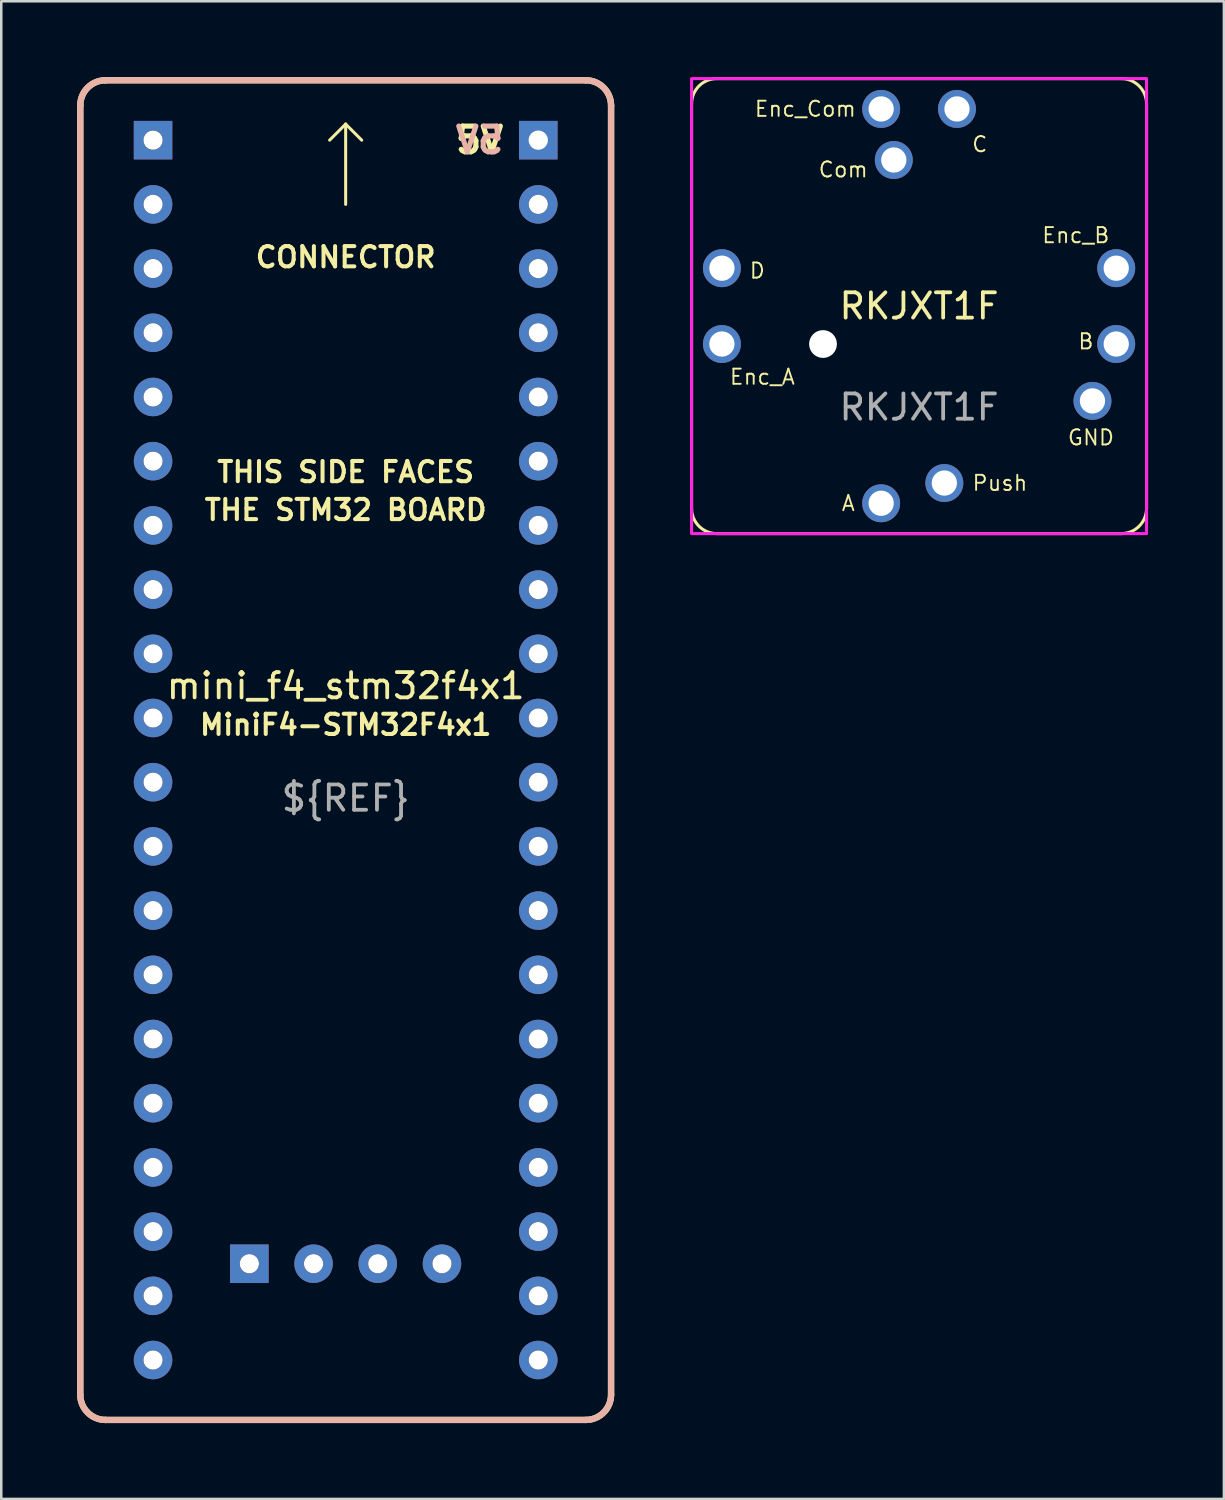
<source format=kicad_pcb>
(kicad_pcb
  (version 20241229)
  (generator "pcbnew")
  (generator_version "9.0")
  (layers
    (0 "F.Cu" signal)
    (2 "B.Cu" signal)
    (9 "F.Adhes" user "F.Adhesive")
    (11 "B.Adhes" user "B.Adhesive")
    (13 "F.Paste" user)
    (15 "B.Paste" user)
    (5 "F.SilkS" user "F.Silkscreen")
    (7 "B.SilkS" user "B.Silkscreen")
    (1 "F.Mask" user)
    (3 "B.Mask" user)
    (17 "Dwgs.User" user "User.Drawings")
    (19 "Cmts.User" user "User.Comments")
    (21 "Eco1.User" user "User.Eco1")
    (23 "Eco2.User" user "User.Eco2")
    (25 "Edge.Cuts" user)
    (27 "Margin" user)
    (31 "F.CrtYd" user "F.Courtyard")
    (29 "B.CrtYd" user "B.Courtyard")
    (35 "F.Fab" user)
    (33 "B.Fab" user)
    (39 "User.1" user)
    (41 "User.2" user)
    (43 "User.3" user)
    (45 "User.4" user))
  (footprint "RKJXT1F"
    (layer "F.Cu")
    (at 33.31 9.06)
    (property "Reference" "RKJXT1F" (at 0 0 0) (unlocked yes) (layer "F.SilkS") (effects (font (size 1 1) (thickness 0.15))))
    (attr through_hole)
    (fp_line (start -9 -8) (end -9 8) (stroke (width 0.12) (type solid)) (layer "F.SilkS"))
    (fp_line (start -8 9) (end 8 9) (stroke (width 0.12) (type solid)) (layer "F.SilkS"))
    (fp_line (start 8 -9) (end -8 -9) (stroke (width 0.12) (type solid)) (layer "F.SilkS"))
    (fp_line (start 9 8) (end 9 -8) (stroke (width 0.12) (type solid)) (layer "F.SilkS"))
    (fp_arc (start -9 -8) (mid -8.707107 -8.707107) (end -8 -9) (stroke (width 0.12) (type solid)) (layer "F.SilkS"))
    (fp_arc (start -8 9) (mid -8.707107 8.707107) (end -9 8) (stroke (width 0.12) (type solid)) (layer "F.SilkS"))
    (fp_arc (start 8 -9) (mid 8.707107 -8.707107) (end 9 -8) (stroke (width 0.12) (type solid)) (layer "F.SilkS"))
    (fp_arc (start 9 8) (mid 8.707107 8.707107) (end 8 9) (stroke (width 0.12) (type solid)) (layer "F.SilkS"))
    (fp_rect (start -9 -9) (end 9 9) (stroke (width 0.12) (type solid)) (fill no) (layer "F.CrtYd"))
    (fp_text user "B" (at 6.6 1.4 0) (unlocked yes) (layer "F.SilkS") (effects (font (size 0.6 0.6) (thickness 0.075))))
    (fp_text user "Com" (at -3 -5.4 0) (unlocked yes) (layer "F.SilkS") (effects (font (size 0.6 0.6) (thickness 0.075))))
    (fp_text user "GND" (at 6.8 5.2 0) (unlocked yes) (layer "F.SilkS") (effects (font (size 0.6 0.6) (thickness 0.075))))
    (fp_text user "Enc_Com" (at -4.5 -7.8 0) (unlocked yes) (layer "F.SilkS") (effects (font (size 0.6 0.6) (thickness 0.075))))
    (fp_text user "C" (at 2.4 -6.4 0) (unlocked yes) (layer "F.SilkS") (effects (font (size 0.6 0.6) (thickness 0.075))))
    (fp_text user "D" (at -6.4 -1.4 0) (unlocked yes) (layer "F.SilkS") (effects (font (size 0.6 0.6) (thickness 0.075))))
    (fp_text user "Push" (at 3.2 7 0) (unlocked yes) (layer "F.SilkS") (effects (font (size 0.6 0.6) (thickness 0.075))))
    (fp_text user "A" (at -2.8 7.8 0) (unlocked yes) (layer "F.SilkS") (effects (font (size 0.6 0.6) (thickness 0.075))))
    (fp_text user "Enc_A" (at -6.2 2.8 0) (unlocked yes) (layer "F.SilkS") (effects (font (size 0.6 0.6) (thickness 0.075))))
    (fp_text user "Enc_B" (at 6.2 -2.8 0) (unlocked yes) (layer "F.SilkS") (effects (font (size 0.6 0.6) (thickness 0.075))))
    (fp_text user "${REFERENCE}" (at 0 4 0) (unlocked yes) (layer "F.Fab") (effects (font (size 1 1) (thickness 0.15))))
    (pad "" np_thru_hole circle (at -3.8 1.5) (size 1.1 1.1) (drill 1.1) (layers "*.Cu" "*.Mask"))
    (pad "1" thru_hole circle (at -1.5 7.8) (size 1.5 1.5) (drill 1) (layers "*.Cu" "*.Mask"))
    (pad "2" thru_hole circle (at 7.8 1.5) (size 1.5 1.5) (drill 1) (layers "*.Cu" "*.Mask"))
    (pad "3" thru_hole circle (at -1 -5.78) (size 1.5 1.5) (drill 1) (layers "*.Cu" "*.Mask"))
    (pad "4" thru_hole circle (at 1.5 -7.8) (size 1.5 1.5) (drill 1) (layers "*.Cu" "*.Mask"))
    (pad "5" thru_hole circle (at -7.8 -1.5) (size 1.5 1.5) (drill 1) (layers "*.Cu" "*.Mask"))
    (pad "6" thru_hole circle (at 6.86 3.75) (size 1.5 1.5) (drill 1) (layers "*.Cu" "*.Mask"))
    (pad "7" thru_hole circle (at 7.8 -1.5) (size 1.5 1.5) (drill 1) (layers "*.Cu" "*.Mask"))
    (pad "8" thru_hole circle (at -1.5 -7.8) (size 1.5 1.5) (drill 1) (layers "*.Cu" "*.Mask"))
    (pad "9" thru_hole circle (at -7.8 1.5) (size 1.5 1.5) (drill 1) (layers "*.Cu" "*.Mask"))
    (pad "10" thru_hole circle (at 1 7) (size 1.5 1.5) (drill 1) (layers "*.Cu" "*.Mask")))
  (footprint "mini_f4_stm32f4x1"
    (layer "F.Cu")
    (at 10.625 26.625)
    (property "Reference" "mini_f4_stm32f4x1" (at 0 -2.54 0) (unlocked yes) (layer "F.SilkS") (effects (font (size 1 1) (thickness 0.15))))
    (fp_line (start -10.5 25.5) (end -10.5 -25.5) (stroke (width 0.25) (type solid)) (layer "F.SilkS"))
    (fp_line (start -9.5 -26.5) (end 9.5 -26.5) (stroke (width 0.25) (type solid)) (layer "F.SilkS"))
    (fp_line (start 0 -24.765) (end -0.635 -24.13) (stroke (width 0.12) (type solid)) (layer "F.SilkS"))
    (fp_line (start 0 -24.765) (end 0.635 -24.13) (stroke (width 0.12) (type solid)) (layer "F.SilkS"))
    (fp_line (start 0 -21.59) (end 0 -24.765) (stroke (width 0.12) (type solid)) (layer "F.SilkS"))
    (fp_line (start 9.5 26.5) (end -9.5 26.5) (stroke (width 0.25) (type solid)) (layer "F.SilkS"))
    (fp_line (start 10.5 -25.5) (end 10.5 25.5) (stroke (width 0.25) (type solid)) (layer "F.SilkS"))
    (fp_arc (start -10.500003 -25.500003) (mid -10.207108 -26.207109) (end -9.5 -26.5) (stroke (width 0.25) (type solid)) (layer "F.SilkS"))
    (fp_arc (start -9.500003 26.499997) (mid -10.207109 26.207102) (end -10.5 25.499994) (stroke (width 0.25) (type solid)) (layer "F.SilkS"))
    (fp_arc (start 9.500003 -26.5) (mid 10.207109 -26.207105) (end 10.5 -25.499997) (stroke (width 0.25) (type solid)) (layer "F.SilkS"))
    (fp_arc (start 10.500003 25.500003) (mid 10.207108 26.207109) (end 9.5 26.5) (stroke (width 0.25) (type solid)) (layer "F.SilkS"))
    (fp_line (start -10.5 25.5) (end -10.5 -25.5) (stroke (width 0.25) (type solid)) (layer "B.SilkS"))
    (fp_line (start -9.5 -26.5) (end 9.5 -26.5) (stroke (width 0.25) (type solid)) (layer "B.SilkS"))
    (fp_line (start 9.5 26.5) (end -9.5 26.5) (stroke (width 0.25) (type solid)) (layer "B.SilkS"))
    (fp_line (start 10.5 -25.5) (end 10.5 25.5) (stroke (width 0.25) (type solid)) (layer "B.SilkS"))
    (fp_arc (start -10.500003 -25.500003) (mid -10.207108 -26.207109) (end -9.5 -26.5) (stroke (width 0.25) (type solid)) (layer "B.SilkS"))
    (fp_arc (start -9.500003 26.499997) (mid -10.207109 26.207102) (end -10.5 25.499994) (stroke (width 0.25) (type solid)) (layer "B.SilkS"))
    (fp_arc (start 9.500003 -26.5) (mid 10.207109 -26.207105) (end 10.5 -25.499997) (stroke (width 0.25) (type solid)) (layer "B.SilkS"))
    (fp_arc (start 10.500003 25.500003) (mid 10.207108 26.207109) (end 9.5 26.5) (stroke (width 0.25) (type solid)) (layer "B.SilkS"))
    (fp_text user "THE STM32 BOARD" (at 0 -9.5 0) (unlocked yes) (layer "F.SilkS") (effects (font (size 0.8 0.8) (thickness 0.16))))
    (fp_text user "CONNECTOR" (at 0 -19.5 0) (unlocked yes) (layer "F.SilkS") (effects (font (size 0.8 0.8) (thickness 0.16))))
    (fp_text user "THIS SIDE FACES" (at 0 -11 0) (unlocked yes) (layer "F.SilkS") (effects (font (size 0.8 0.8) (thickness 0.16))))
    (fp_text user "5V" (at 6.35 -24.13 0) (unlocked yes) (layer "F.SilkS") (effects (font (size 1.016 1.016) (thickness 0.203)) (justify right)))
    (fp_text user "MiniF4-STM32F4x1" (at 0 -1 0) (unlocked yes) (layer "F.SilkS") (effects (font (size 0.8 0.8) (thickness 0.16))))
    (fp_text user "5V" (at 6.35 -24.13 0) (unlocked yes) (layer "B.SilkS") (effects (font (size 1.016 1.016) (thickness 0.203)) (justify left mirror)))
    (fp_text user "${REF}" (at 0 1.905 0) (unlocked yes) (layer "F.Fab") (effects (font (size 1 1) (thickness 0.15))))
    (pad "" np_thru_hole circle (at -7.62 -24.13) (size 0.762 0.762) (drill 0.762) (layers "F.Mask"))
    (pad "" np_thru_hole circle (at -7.62 -21.59) (size 0.762 0.762) (drill 0.762) (layers "F.Mask"))
    (pad "" np_thru_hole circle (at -7.62 -19.05) (size 0.762 0.762) (drill 0.762) (layers "F.Mask"))
    (pad "" np_thru_hole circle (at -7.62 -16.51) (size 0.762 0.762) (drill 0.762) (layers "F.Mask"))
    (pad "" np_thru_hole circle (at -7.62 -13.97) (size 0.762 0.762) (drill 0.762) (layers "F.Mask"))
    (pad "" np_thru_hole circle (at -7.62 -11.43) (size 0.762 0.762) (drill 0.762) (layers "F.Mask"))
    (pad "" np_thru_hole circle (at -7.62 -8.89) (size 0.762 0.762) (drill 0.762) (layers "F.Mask"))
    (pad "" np_thru_hole circle (at -7.62 -6.35) (size 0.762 0.762) (drill 0.762) (layers "F.Mask"))
    (pad "" np_thru_hole circle (at -7.62 -3.81) (size 0.762 0.762) (drill 0.762) (layers "F.Mask"))
    (pad "" np_thru_hole circle (at -7.62 -1.27) (size 0.762 0.762) (drill 0.762) (layers "F.Mask"))
    (pad "" np_thru_hole circle (at -7.62 1.27) (size 0.762 0.762) (drill 0.762) (layers "F.Mask"))
    (pad "" np_thru_hole circle (at -7.62 3.81) (size 0.762 0.762) (drill 0.762) (layers "F.Mask"))
    (pad "" np_thru_hole circle (at -7.62 6.35) (size 0.762 0.762) (drill 0.762) (layers "F.Mask"))
    (pad "" np_thru_hole circle (at -7.62 8.89) (size 0.762 0.762) (drill 0.762) (layers "F.Mask"))
    (pad "" np_thru_hole circle (at -7.62 11.43) (size 0.762 0.762) (drill 0.762) (layers "F.Mask"))
    (pad "" np_thru_hole circle (at -7.62 13.97) (size 0.762 0.762) (drill 0.762) (layers "F.Mask"))
    (pad "" np_thru_hole circle (at -7.62 16.51) (size 0.762 0.762) (drill 0.762) (layers "F.Mask"))
    (pad "" np_thru_hole circle (at -7.62 19.05) (size 0.762 0.762) (drill 0.762) (layers "F.Mask"))
    (pad "" np_thru_hole circle (at -7.62 21.59) (size 0.762 0.762) (drill 0.762) (layers "F.Mask"))
    (pad "" np_thru_hole circle (at -7.62 24.13 90) (size 0.762 0.762) (drill 0.762) (layers "F.Mask"))
    (pad "" np_thru_hole circle (at -3.81 20.32) (size 0.762 0.762) (drill 0.762) (layers "F.Mask"))
    (pad "" np_thru_hole circle (at -1.27 20.32) (size 0.762 0.762) (drill 0.762) (layers "F.Mask"))
    (pad "" np_thru_hole circle (at 1.27 20.32) (size 0.762 0.762) (drill 0.762) (layers "F.Mask"))
    (pad "" np_thru_hole circle (at 3.81 20.32) (size 0.762 0.762) (drill 0.762) (layers "F.Mask"))
    (pad "" np_thru_hole circle (at 7.62 -21.59) (size 0.762 0.762) (drill 0.762) (layers "F.Mask"))
    (pad "" np_thru_hole circle (at 7.62 -19.05) (size 0.762 0.762) (drill 0.762) (layers "F.Mask"))
    (pad "" np_thru_hole circle (at 7.62 -16.51) (size 0.762 0.762) (drill 0.762) (layers "F.Mask"))
    (pad "" np_thru_hole circle (at 7.62 -13.97) (size 0.762 0.762) (drill 0.762) (layers "F.Mask"))
    (pad "" np_thru_hole circle (at 7.62 -11.43) (size 0.762 0.762) (drill 0.762) (layers "F.Mask"))
    (pad "" np_thru_hole circle (at 7.62 -8.89) (size 0.762 0.762) (drill 0.762) (layers "F.Mask"))
    (pad "" np_thru_hole circle (at 7.62 -6.35) (size 0.762 0.762) (drill 0.762) (layers "F.Mask"))
    (pad "" np_thru_hole circle (at 7.62 -3.81) (size 0.762 0.762) (drill 0.762) (layers "F.Mask"))
    (pad "" np_thru_hole circle (at 7.62 -1.27) (size 0.762 0.762) (drill 0.762) (layers "F.Mask"))
    (pad "" np_thru_hole circle (at 7.62 1.27) (size 0.762 0.762) (drill 0.762) (layers "F.Mask"))
    (pad "" np_thru_hole circle (at 7.62 3.81) (size 0.762 0.762) (drill 0.762) (layers "F.Mask"))
    (pad "" np_thru_hole circle (at 7.62 6.35) (size 0.762 0.762) (drill 0.762) (layers "F.Mask"))
    (pad "" np_thru_hole circle (at 7.62 8.89) (size 0.762 0.762) (drill 0.762) (layers "F.Mask"))
    (pad "" np_thru_hole circle (at 7.62 11.43) (size 0.762 0.762) (drill 0.762) (layers "F.Mask"))
    (pad "" np_thru_hole circle (at 7.62 13.97) (size 0.762 0.762) (drill 0.762) (layers "F.Mask"))
    (pad "" np_thru_hole circle (at 7.62 16.51) (size 0.762 0.762) (drill 0.762) (layers "F.Mask"))
    (pad "" np_thru_hole circle (at 7.62 19.05) (size 0.762 0.762) (drill 0.762) (layers "F.Mask"))
    (pad "" np_thru_hole circle (at 7.62 21.59) (size 0.762 0.762) (drill 0.762) (layers "F.Mask"))
    (pad "" np_thru_hole circle (at 7.62 24.13) (size 0.762 0.762) (drill 0.762) (layers "F.Mask"))
    (pad "1" thru_hole rect (at -7.62 -24.13) (size 1.524 1.524) (drill 0.762) (layers "*.Cu" "B.Mask"))
    (pad "2" thru_hole circle (at -7.62 -21.59) (size 1.524 1.524) (drill 0.762) (layers "*.Cu" "B.Mask"))
    (pad "3" thru_hole circle (at -7.62 -19.05) (size 1.524 1.524) (drill 0.762) (layers "*.Cu" "B.Mask"))
    (pad "4" thru_hole circle (at -7.62 -16.51) (size 1.524 1.524) (drill 0.762) (layers "*.Cu" "B.Mask"))
    (pad "5" thru_hole circle (at -7.62 -13.97) (size 1.524 1.524) (drill 0.762) (layers "*.Cu" "B.Mask"))
    (pad "6" thru_hole circle (at -7.62 -11.43) (size 1.524 1.524) (drill 0.762) (layers "*.Cu" "B.Mask"))
    (pad "7" thru_hole circle (at -7.62 -8.89) (size 1.524 1.524) (drill 0.762) (layers "*.Cu" "B.Mask"))
    (pad "8" thru_hole circle (at -7.62 -6.35) (size 1.524 1.524) (drill 0.762) (layers "*.Cu" "B.Mask"))
    (pad "9" thru_hole circle (at -7.62 -3.81) (size 1.524 1.524) (drill 0.762) (layers "*.Cu" "B.Mask"))
    (pad "10" thru_hole circle (at -7.62 -1.27) (size 1.524 1.524) (drill 0.762) (layers "*.Cu" "B.Mask"))
    (pad "11" thru_hole circle (at -7.62 1.27) (size 1.524 1.524) (drill 0.762) (layers "*.Cu" "B.Mask"))
    (pad "12" thru_hole circle (at -7.62 3.81) (size 1.524 1.524) (drill 0.762) (layers "*.Cu" "B.Mask"))
    (pad "13" thru_hole circle (at -7.62 6.35) (size 1.524 1.524) (drill 0.762) (layers "*.Cu" "B.Mask"))
    (pad "14" thru_hole circle (at -7.62 8.89) (size 1.524 1.524) (drill 0.762) (layers "*.Cu" "B.Mask"))
    (pad "15" thru_hole circle (at -7.62 11.43) (size 1.524 1.524) (drill 0.762) (layers "*.Cu" "B.Mask"))
    (pad "16" thru_hole circle (at -7.62 13.97) (size 1.524 1.524) (drill 0.762) (layers "*.Cu" "B.Mask"))
    (pad "17" thru_hole circle (at -7.62 16.51) (size 1.524 1.524) (drill 0.762) (layers "*.Cu" "B.Mask"))
    (pad "18" thru_hole circle (at -7.62 19.05) (size 1.524 1.524) (drill 0.762) (layers "*.Cu" "B.Mask"))
    (pad "19" thru_hole circle (at -7.62 21.59) (size 1.524 1.524) (drill 0.762) (layers "*.Cu" "B.Mask"))
    (pad "20" thru_hole circle (at -7.62 24.13) (size 1.524 1.524) (drill 0.762) (layers "*.Cu" "B.Mask"))
    (pad "21" thru_hole circle (at 7.62 24.13) (size 1.524 1.524) (drill 0.762) (layers "*.Cu" "B.Mask"))
    (pad "22" thru_hole circle (at 7.62 21.59) (size 1.524 1.524) (drill 0.762) (layers "*.Cu" "B.Mask"))
    (pad "23" thru_hole circle (at 7.62 19.05) (size 1.524 1.524) (drill 0.762) (layers "*.Cu" "B.Mask"))
    (pad "24" thru_hole circle (at 7.62 16.51) (size 1.524 1.524) (drill 0.762) (layers "*.Cu" "B.Mask"))
    (pad "25" thru_hole circle (at 7.62 13.97) (size 1.524 1.524) (drill 0.762) (layers "*.Cu" "B.Mask"))
    (pad "26" thru_hole circle (at 7.62 11.43) (size 1.524 1.524) (drill 0.762) (layers "*.Cu" "B.Mask"))
    (pad "27" thru_hole circle (at 7.62 8.89) (size 1.524 1.524) (drill 0.762) (layers "*.Cu" "B.Mask"))
    (pad "28" thru_hole circle (at 7.62 6.35) (size 1.524 1.524) (drill 0.762) (layers "*.Cu" "B.Mask"))
    (pad "29" thru_hole circle (at 7.62 3.81) (size 1.524 1.524) (drill 0.762) (layers "*.Cu" "B.Mask"))
    (pad "30" thru_hole circle (at 7.62 1.27) (size 1.524 1.524) (drill 0.762) (layers "*.Cu" "B.Mask"))
    (pad "31" thru_hole circle (at 7.62 -1.27) (size 1.524 1.524) (drill 0.762) (layers "*.Cu" "B.Mask"))
    (pad "32" thru_hole circle (at 7.62 -3.81) (size 1.524 1.524) (drill 0.762) (layers "*.Cu" "B.Mask"))
    (pad "33" thru_hole circle (at 7.62 -6.35) (size 1.524 1.524) (drill 0.762) (layers "*.Cu" "B.Mask"))
    (pad "34" thru_hole circle (at 7.62 -8.89) (size 1.524 1.524) (drill 0.762) (layers "*.Cu" "B.Mask"))
    (pad "35" thru_hole circle (at 7.62 -11.43) (size 1.524 1.524) (drill 0.762) (layers "*.Cu" "B.Mask"))
    (pad "36" thru_hole circle (at 7.62 -13.97) (size 1.524 1.524) (drill 0.762) (layers "*.Cu" "B.Mask"))
    (pad "37" thru_hole circle (at 7.62 -16.51) (size 1.524 1.524) (drill 0.762) (layers "*.Cu" "B.Mask"))
    (pad "38" thru_hole circle (at 7.62 -19.05) (size 1.524 1.524) (drill 0.762) (layers "*.Cu" "B.Mask"))
    (pad "39" thru_hole circle (at 7.62 -21.59) (size 1.524 1.524) (drill 0.762) (layers "*.Cu" "B.Mask"))
    (pad "40" thru_hole rect (at 7.62 -24.13) (size 1.524 1.524) (drill 0.762) (layers "*.Cu" "*.Mask"))
    (pad "41" thru_hole rect (at -3.81 20.32) (size 1.524 1.524) (drill 0.762) (layers "*.Cu" "B.Mask"))
    (pad "42" thru_hole circle (at -1.27 20.32) (size 1.524 1.524) (drill 0.762) (layers "*.Cu" "B.Mask"))
    (pad "43" thru_hole circle (at 1.27 20.32) (size 1.524 1.524) (drill 0.762) (layers "*.Cu" "B.Mask"))
    (pad "44" thru_hole circle (at 3.81 20.32) (size 1.524 1.524) (drill 0.762) (layers "*.Cu" "B.Mask")))
  (gr_rect
    (start -3 -3)
    (end 45.37 56.25)
    (stroke (width 0.1) (type default))
    (fill no)
    (layer "Edge.Cuts")))
</source>
